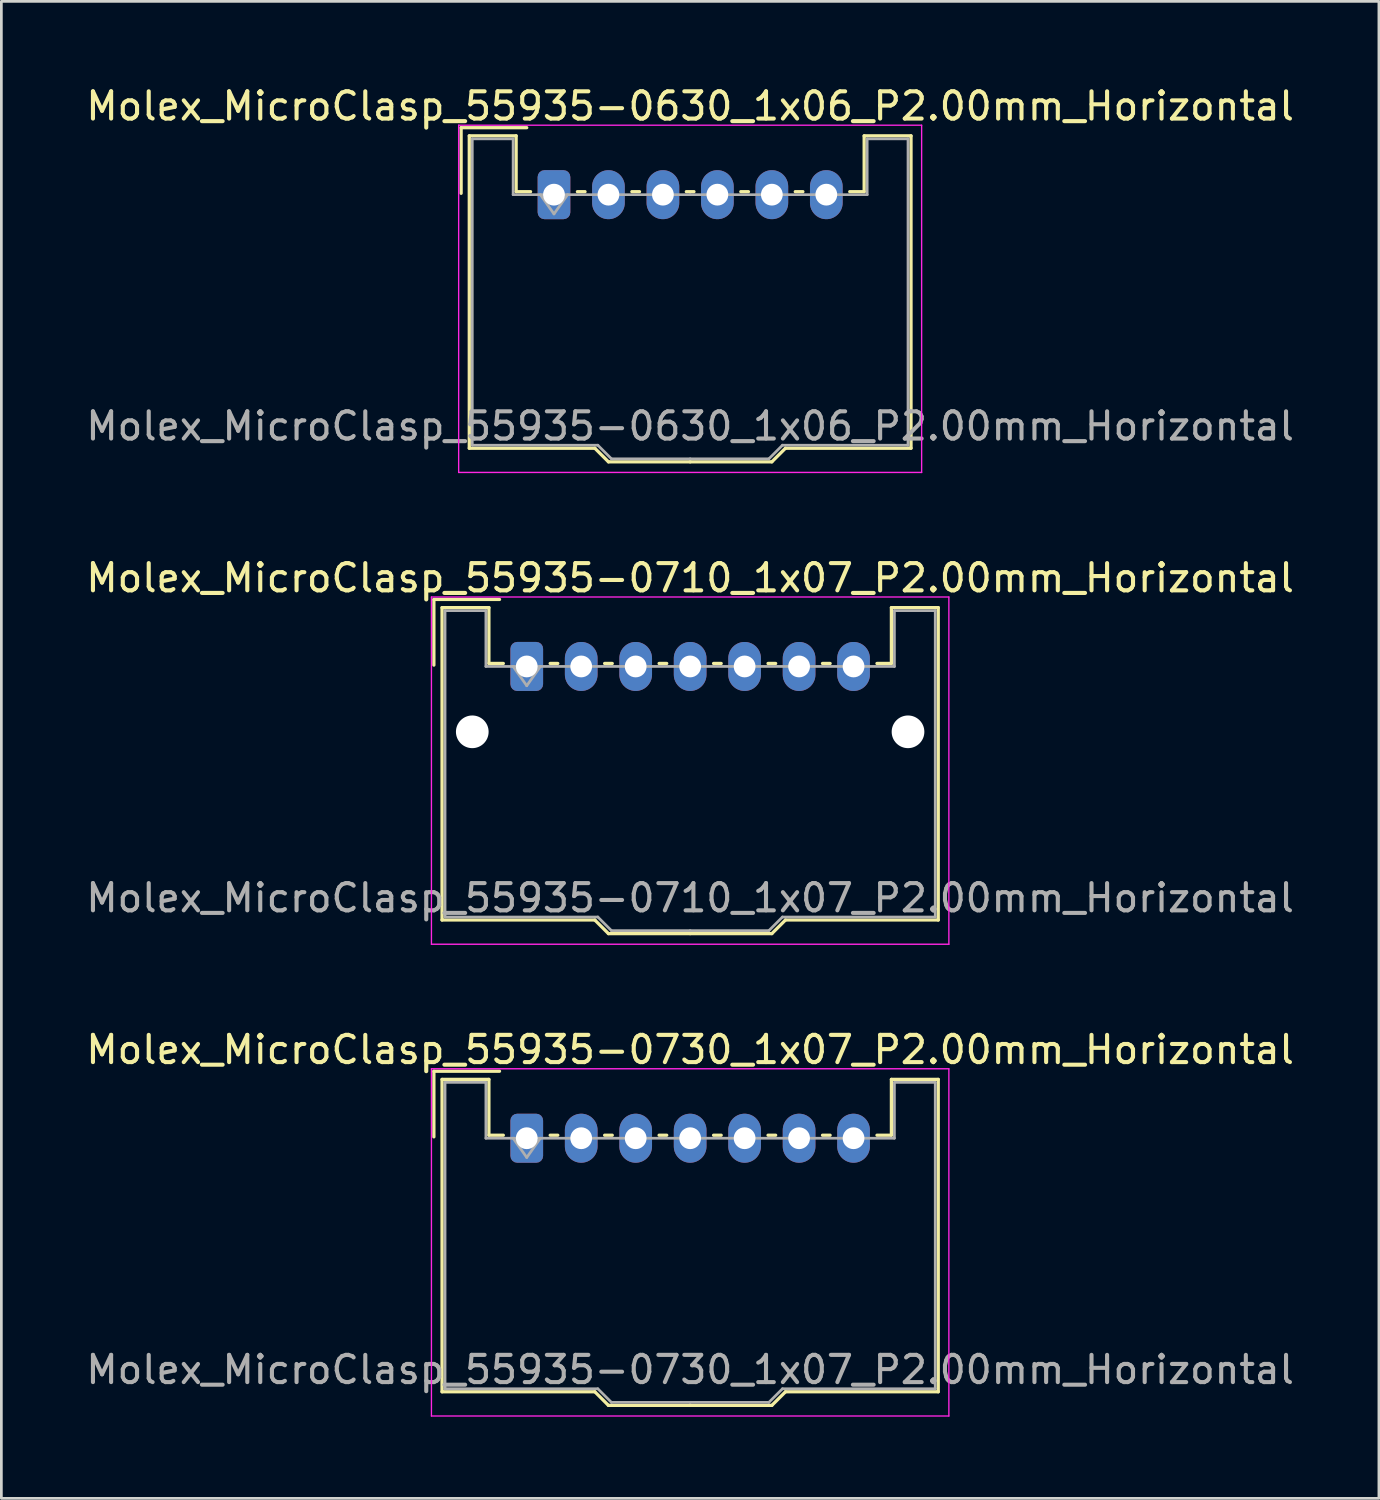
<source format=kicad_pcb>
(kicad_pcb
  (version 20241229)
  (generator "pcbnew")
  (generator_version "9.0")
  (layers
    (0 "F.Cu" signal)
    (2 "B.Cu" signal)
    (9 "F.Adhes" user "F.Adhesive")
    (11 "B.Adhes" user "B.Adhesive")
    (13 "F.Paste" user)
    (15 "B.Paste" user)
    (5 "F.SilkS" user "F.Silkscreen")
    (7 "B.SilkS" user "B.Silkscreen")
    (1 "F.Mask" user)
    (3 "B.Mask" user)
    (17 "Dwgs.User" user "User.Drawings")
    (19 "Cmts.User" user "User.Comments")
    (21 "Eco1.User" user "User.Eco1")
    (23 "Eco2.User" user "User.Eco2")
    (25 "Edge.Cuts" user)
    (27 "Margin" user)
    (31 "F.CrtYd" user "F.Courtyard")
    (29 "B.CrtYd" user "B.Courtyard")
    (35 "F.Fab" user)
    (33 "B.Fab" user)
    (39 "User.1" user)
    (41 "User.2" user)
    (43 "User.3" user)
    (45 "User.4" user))
  (footprint "Molex_MicroClasp_55935-0730_1x07_P2.00mm_Horizontal"
    (layer "F.Cu")
    (at 16.292 38.745)
    (property "Reference" "Molex_MicroClasp_55935-0730_1x07_P2.00mm_Horizontal" (at 6 -3.25 0) (layer "F.SilkS") (effects (font (size 1 1) (thickness 0.15))))
    (attr through_hole)
    (fp_line (start -3.41 -2.46) (end -1 -2.46) (stroke (width 0.12) (type solid)) (layer "F.SilkS"))
    (fp_line (start -3.41 -0.05) (end -3.41 -2.46) (stroke (width 0.12) (type solid)) (layer "F.SilkS"))
    (fp_line (start -3.11 -2.16) (end -1.39 -2.16) (stroke (width 0.12) (type solid)) (layer "F.SilkS"))
    (fp_line (start -3.11 9.31) (end -3.11 -2.16) (stroke (width 0.12) (type solid)) (layer "F.SilkS"))
    (fp_line (start -1.39 -2.16) (end -1.39 -0.11) (stroke (width 0.12) (type solid)) (layer "F.SilkS"))
    (fp_line (start -1.39 -0.11) (end -0.86 -0.11) (stroke (width 0.12) (type solid)) (layer "F.SilkS"))
    (fp_line (start 0.86 -0.11) (end 1.14 -0.11) (stroke (width 0.12) (type solid)) (layer "F.SilkS"))
    (fp_line (start 2.5 9.31) (end -3.11 9.31) (stroke (width 0.12) (type solid)) (layer "F.SilkS"))
    (fp_line (start 2.86 -0.11) (end 3.14 -0.11) (stroke (width 0.12) (type solid)) (layer "F.SilkS"))
    (fp_line (start 3 9.81) (end 2.5 9.31) (stroke (width 0.12) (type solid)) (layer "F.SilkS"))
    (fp_line (start 4.86 -0.11) (end 5.14 -0.11) (stroke (width 0.12) (type solid)) (layer "F.SilkS"))
    (fp_line (start 6 9.81) (end 3 9.81) (stroke (width 0.12) (type solid)) (layer "F.SilkS"))
    (fp_line (start 6 9.81) (end 9 9.81) (stroke (width 0.12) (type solid)) (layer "F.SilkS"))
    (fp_line (start 6.86 -0.11) (end 7.14 -0.11) (stroke (width 0.12) (type solid)) (layer "F.SilkS"))
    (fp_line (start 8.86 -0.11) (end 9.14 -0.11) (stroke (width 0.12) (type solid)) (layer "F.SilkS"))
    (fp_line (start 9 9.81) (end 9.5 9.31) (stroke (width 0.12) (type solid)) (layer "F.SilkS"))
    (fp_line (start 9.5 9.31) (end 15.11 9.31) (stroke (width 0.12) (type solid)) (layer "F.SilkS"))
    (fp_line (start 10.86 -0.11) (end 11.14 -0.11) (stroke (width 0.12) (type solid)) (layer "F.SilkS"))
    (fp_line (start 13.39 -2.16) (end 13.39 -0.11) (stroke (width 0.12) (type solid)) (layer "F.SilkS"))
    (fp_line (start 13.39 -0.11) (end 12.86 -0.11) (stroke (width 0.12) (type solid)) (layer "F.SilkS"))
    (fp_line (start 15.11 -2.16) (end 13.39 -2.16) (stroke (width 0.12) (type solid)) (layer "F.SilkS"))
    (fp_line (start 15.11 9.31) (end 15.11 -2.16) (stroke (width 0.12) (type solid)) (layer "F.SilkS"))
    (fp_line (start -3.5 -2.55) (end -3.5 10.2) (stroke (width 0.05) (type solid)) (layer "F.CrtYd"))
    (fp_line (start -3.5 10.2) (end 15.5 10.2) (stroke (width 0.05) (type solid)) (layer "F.CrtYd"))
    (fp_line (start 15.5 -2.55) (end -3.5 -2.55) (stroke (width 0.05) (type solid)) (layer "F.CrtYd"))
    (fp_line (start 15.5 10.2) (end 15.5 -2.55) (stroke (width 0.05) (type solid)) (layer "F.CrtYd"))
    (fp_line (start -3 -2.05) (end -1.5 -2.05) (stroke (width 0.1) (type solid)) (layer "F.Fab"))
    (fp_line (start -3 9.2) (end -3 -2.05) (stroke (width 0.1) (type solid)) (layer "F.Fab"))
    (fp_line (start -1.5 -2.05) (end -1.5 0) (stroke (width 0.1) (type solid)) (layer "F.Fab"))
    (fp_line (start -1.5 0) (end 6 0) (stroke (width 0.1) (type solid)) (layer "F.Fab"))
    (fp_line (start -0.5 0) (end 0 0.707) (stroke (width 0.1) (type solid)) (layer "F.Fab"))
    (fp_line (start 0 0.707) (end 0.5 0) (stroke (width 0.1) (type solid)) (layer "F.Fab"))
    (fp_line (start 2.61 9.2) (end -3 9.2) (stroke (width 0.1) (type solid)) (layer "F.Fab"))
    (fp_line (start 3.11 9.7) (end 2.61 9.2) (stroke (width 0.1) (type solid)) (layer "F.Fab"))
    (fp_line (start 6 9.7) (end 3.11 9.7) (stroke (width 0.1) (type solid)) (layer "F.Fab"))
    (fp_line (start 6 9.7) (end 8.89 9.7) (stroke (width 0.1) (type solid)) (layer "F.Fab"))
    (fp_line (start 8.89 9.7) (end 9.39 9.2) (stroke (width 0.1) (type solid)) (layer "F.Fab"))
    (fp_line (start 9.39 9.2) (end 15 9.2) (stroke (width 0.1) (type solid)) (layer "F.Fab"))
    (fp_line (start 13.5 -2.05) (end 13.5 0) (stroke (width 0.1) (type solid)) (layer "F.Fab"))
    (fp_line (start 13.5 0) (end 6 0) (stroke (width 0.1) (type solid)) (layer "F.Fab"))
    (fp_line (start 15 -2.05) (end 13.5 -2.05) (stroke (width 0.1) (type solid)) (layer "F.Fab"))
    (fp_line (start 15 9.2) (end 15 -2.05) (stroke (width 0.1) (type solid)) (layer "F.Fab"))
    (fp_text user "${REFERENCE}" (at 6 8.5 0) (layer "F.Fab") (effects (font (size 1 1) (thickness 0.15))))
    (pad "1" thru_hole roundrect (at 0 0) (size 1.2 1.8) (drill 0.8) (layers "*.Cu" "*.Mask") (roundrect_rratio 0.208))
    (pad "2" thru_hole oval (at 2 0) (size 1.2 1.8) (drill 0.8) (layers "*.Cu" "*.Mask"))
    (pad "3" thru_hole oval (at 4 0) (size 1.2 1.8) (drill 0.8) (layers "*.Cu" "*.Mask"))
    (pad "4" thru_hole oval (at 6 0) (size 1.2 1.8) (drill 0.8) (layers "*.Cu" "*.Mask"))
    (pad "5" thru_hole oval (at 8 0) (size 1.2 1.8) (drill 0.8) (layers "*.Cu" "*.Mask"))
    (pad "6" thru_hole oval (at 10 0) (size 1.2 1.8) (drill 0.8) (layers "*.Cu" "*.Mask"))
    (pad "7" thru_hole oval (at 12 0) (size 1.2 1.8) (drill 0.8) (layers "*.Cu" "*.Mask")))
  (footprint "Molex_MicroClasp_55935-0710_1x07_P2.00mm_Horizontal"
    (layer "F.Cu")
    (at 16.292 21.422)
    (property "Reference" "Molex_MicroClasp_55935-0710_1x07_P2.00mm_Horizontal" (at 6 -3.25 0) (layer "F.SilkS") (effects (font (size 1 1) (thickness 0.15))))
    (attr through_hole)
    (fp_line (start -3.41 -2.46) (end -1 -2.46) (stroke (width 0.12) (type solid)) (layer "F.SilkS"))
    (fp_line (start -3.41 -0.05) (end -3.41 -2.46) (stroke (width 0.12) (type solid)) (layer "F.SilkS"))
    (fp_line (start -3.11 -2.16) (end -1.39 -2.16) (stroke (width 0.12) (type solid)) (layer "F.SilkS"))
    (fp_line (start -3.11 9.31) (end -3.11 -2.16) (stroke (width 0.12) (type solid)) (layer "F.SilkS"))
    (fp_line (start -1.39 -2.16) (end -1.39 -0.11) (stroke (width 0.12) (type solid)) (layer "F.SilkS"))
    (fp_line (start -1.39 -0.11) (end -0.86 -0.11) (stroke (width 0.12) (type solid)) (layer "F.SilkS"))
    (fp_line (start 0.86 -0.11) (end 1.14 -0.11) (stroke (width 0.12) (type solid)) (layer "F.SilkS"))
    (fp_line (start 2.5 9.31) (end -3.11 9.31) (stroke (width 0.12) (type solid)) (layer "F.SilkS"))
    (fp_line (start 2.86 -0.11) (end 3.14 -0.11) (stroke (width 0.12) (type solid)) (layer "F.SilkS"))
    (fp_line (start 3 9.81) (end 2.5 9.31) (stroke (width 0.12) (type solid)) (layer "F.SilkS"))
    (fp_line (start 4.86 -0.11) (end 5.14 -0.11) (stroke (width 0.12) (type solid)) (layer "F.SilkS"))
    (fp_line (start 6 9.81) (end 3 9.81) (stroke (width 0.12) (type solid)) (layer "F.SilkS"))
    (fp_line (start 6 9.81) (end 9 9.81) (stroke (width 0.12) (type solid)) (layer "F.SilkS"))
    (fp_line (start 6.86 -0.11) (end 7.14 -0.11) (stroke (width 0.12) (type solid)) (layer "F.SilkS"))
    (fp_line (start 8.86 -0.11) (end 9.14 -0.11) (stroke (width 0.12) (type solid)) (layer "F.SilkS"))
    (fp_line (start 9 9.81) (end 9.5 9.31) (stroke (width 0.12) (type solid)) (layer "F.SilkS"))
    (fp_line (start 9.5 9.31) (end 15.11 9.31) (stroke (width 0.12) (type solid)) (layer "F.SilkS"))
    (fp_line (start 10.86 -0.11) (end 11.14 -0.11) (stroke (width 0.12) (type solid)) (layer "F.SilkS"))
    (fp_line (start 13.39 -2.16) (end 13.39 -0.11) (stroke (width 0.12) (type solid)) (layer "F.SilkS"))
    (fp_line (start 13.39 -0.11) (end 12.86 -0.11) (stroke (width 0.12) (type solid)) (layer "F.SilkS"))
    (fp_line (start 15.11 -2.16) (end 13.39 -2.16) (stroke (width 0.12) (type solid)) (layer "F.SilkS"))
    (fp_line (start 15.11 9.31) (end 15.11 -2.16) (stroke (width 0.12) (type solid)) (layer "F.SilkS"))
    (fp_line (start -3.5 -2.55) (end -3.5 10.2) (stroke (width 0.05) (type solid)) (layer "F.CrtYd"))
    (fp_line (start -3.5 10.2) (end 15.5 10.2) (stroke (width 0.05) (type solid)) (layer "F.CrtYd"))
    (fp_line (start 15.5 -2.55) (end -3.5 -2.55) (stroke (width 0.05) (type solid)) (layer "F.CrtYd"))
    (fp_line (start 15.5 10.2) (end 15.5 -2.55) (stroke (width 0.05) (type solid)) (layer "F.CrtYd"))
    (fp_line (start -3 -2.05) (end -1.5 -2.05) (stroke (width 0.1) (type solid)) (layer "F.Fab"))
    (fp_line (start -3 9.2) (end -3 -2.05) (stroke (width 0.1) (type solid)) (layer "F.Fab"))
    (fp_line (start -1.5 -2.05) (end -1.5 0) (stroke (width 0.1) (type solid)) (layer "F.Fab"))
    (fp_line (start -1.5 0) (end 6 0) (stroke (width 0.1) (type solid)) (layer "F.Fab"))
    (fp_line (start -0.5 0) (end 0 0.707) (stroke (width 0.1) (type solid)) (layer "F.Fab"))
    (fp_line (start 0 0.707) (end 0.5 0) (stroke (width 0.1) (type solid)) (layer "F.Fab"))
    (fp_line (start 2.61 9.2) (end -3 9.2) (stroke (width 0.1) (type solid)) (layer "F.Fab"))
    (fp_line (start 3.11 9.7) (end 2.61 9.2) (stroke (width 0.1) (type solid)) (layer "F.Fab"))
    (fp_line (start 6 9.7) (end 3.11 9.7) (stroke (width 0.1) (type solid)) (layer "F.Fab"))
    (fp_line (start 6 9.7) (end 8.89 9.7) (stroke (width 0.1) (type solid)) (layer "F.Fab"))
    (fp_line (start 8.89 9.7) (end 9.39 9.2) (stroke (width 0.1) (type solid)) (layer "F.Fab"))
    (fp_line (start 9.39 9.2) (end 15 9.2) (stroke (width 0.1) (type solid)) (layer "F.Fab"))
    (fp_line (start 13.5 -2.05) (end 13.5 0) (stroke (width 0.1) (type solid)) (layer "F.Fab"))
    (fp_line (start 13.5 0) (end 6 0) (stroke (width 0.1) (type solid)) (layer "F.Fab"))
    (fp_line (start 15 -2.05) (end 13.5 -2.05) (stroke (width 0.1) (type solid)) (layer "F.Fab"))
    (fp_line (start 15 9.2) (end 15 -2.05) (stroke (width 0.1) (type solid)) (layer "F.Fab"))
    (fp_text user "${REFERENCE}" (at 6 8.5 0) (layer "F.Fab") (effects (font (size 1 1) (thickness 0.15))))
    (pad "" np_thru_hole circle (at -2 2.4) (size 1.2 1.2) (drill 1.2) (layers "*.Cu" "*.Mask"))
    (pad "" np_thru_hole circle (at 14 2.4) (size 1.2 1.2) (drill 1.2) (layers "*.Cu" "*.Mask"))
    (pad "1" thru_hole roundrect (at 0 0) (size 1.2 1.8) (drill 0.8) (layers "*.Cu" "*.Mask") (roundrect_rratio 0.208))
    (pad "2" thru_hole oval (at 2 0) (size 1.2 1.8) (drill 0.8) (layers "*.Cu" "*.Mask"))
    (pad "3" thru_hole oval (at 4 0) (size 1.2 1.8) (drill 0.8) (layers "*.Cu" "*.Mask"))
    (pad "4" thru_hole oval (at 6 0) (size 1.2 1.8) (drill 0.8) (layers "*.Cu" "*.Mask"))
    (pad "5" thru_hole oval (at 8 0) (size 1.2 1.8) (drill 0.8) (layers "*.Cu" "*.Mask"))
    (pad "6" thru_hole oval (at 10 0) (size 1.2 1.8) (drill 0.8) (layers "*.Cu" "*.Mask"))
    (pad "7" thru_hole oval (at 12 0) (size 1.2 1.8) (drill 0.8) (layers "*.Cu" "*.Mask")))
  (footprint "Molex_MicroClasp_55935-0630_1x06_P2.00mm_Horizontal"
    (layer "F.Cu")
    (at 17.292 4.098)
    (property "Reference" "Molex_MicroClasp_55935-0630_1x06_P2.00mm_Horizontal" (at 5 -3.25 0) (layer "F.SilkS") (effects (font (size 1 1) (thickness 0.15))))
    (attr through_hole)
    (fp_line (start -3.41 -2.46) (end -1 -2.46) (stroke (width 0.12) (type solid)) (layer "F.SilkS"))
    (fp_line (start -3.41 -0.05) (end -3.41 -2.46) (stroke (width 0.12) (type solid)) (layer "F.SilkS"))
    (fp_line (start -3.11 -2.16) (end -1.39 -2.16) (stroke (width 0.12) (type solid)) (layer "F.SilkS"))
    (fp_line (start -3.11 9.31) (end -3.11 -2.16) (stroke (width 0.12) (type solid)) (layer "F.SilkS"))
    (fp_line (start -1.39 -2.16) (end -1.39 -0.11) (stroke (width 0.12) (type solid)) (layer "F.SilkS"))
    (fp_line (start -1.39 -0.11) (end -0.86 -0.11) (stroke (width 0.12) (type solid)) (layer "F.SilkS"))
    (fp_line (start 0.86 -0.11) (end 1.14 -0.11) (stroke (width 0.12) (type solid)) (layer "F.SilkS"))
    (fp_line (start 1.5 9.31) (end -3.11 9.31) (stroke (width 0.12) (type solid)) (layer "F.SilkS"))
    (fp_line (start 2 9.81) (end 1.5 9.31) (stroke (width 0.12) (type solid)) (layer "F.SilkS"))
    (fp_line (start 2.86 -0.11) (end 3.14 -0.11) (stroke (width 0.12) (type solid)) (layer "F.SilkS"))
    (fp_line (start 4.86 -0.11) (end 5.14 -0.11) (stroke (width 0.12) (type solid)) (layer "F.SilkS"))
    (fp_line (start 5 9.81) (end 2 9.81) (stroke (width 0.12) (type solid)) (layer "F.SilkS"))
    (fp_line (start 5 9.81) (end 8 9.81) (stroke (width 0.12) (type solid)) (layer "F.SilkS"))
    (fp_line (start 6.86 -0.11) (end 7.14 -0.11) (stroke (width 0.12) (type solid)) (layer "F.SilkS"))
    (fp_line (start 8 9.81) (end 8.5 9.31) (stroke (width 0.12) (type solid)) (layer "F.SilkS"))
    (fp_line (start 8.5 9.31) (end 13.11 9.31) (stroke (width 0.12) (type solid)) (layer "F.SilkS"))
    (fp_line (start 8.86 -0.11) (end 9.14 -0.11) (stroke (width 0.12) (type solid)) (layer "F.SilkS"))
    (fp_line (start 11.39 -2.16) (end 11.39 -0.11) (stroke (width 0.12) (type solid)) (layer "F.SilkS"))
    (fp_line (start 11.39 -0.11) (end 10.86 -0.11) (stroke (width 0.12) (type solid)) (layer "F.SilkS"))
    (fp_line (start 13.11 -2.16) (end 11.39 -2.16) (stroke (width 0.12) (type solid)) (layer "F.SilkS"))
    (fp_line (start 13.11 9.31) (end 13.11 -2.16) (stroke (width 0.12) (type solid)) (layer "F.SilkS"))
    (fp_line (start -3.5 -2.55) (end -3.5 10.2) (stroke (width 0.05) (type solid)) (layer "F.CrtYd"))
    (fp_line (start -3.5 10.2) (end 13.5 10.2) (stroke (width 0.05) (type solid)) (layer "F.CrtYd"))
    (fp_line (start 13.5 -2.55) (end -3.5 -2.55) (stroke (width 0.05) (type solid)) (layer "F.CrtYd"))
    (fp_line (start 13.5 10.2) (end 13.5 -2.55) (stroke (width 0.05) (type solid)) (layer "F.CrtYd"))
    (fp_line (start -3 -2.05) (end -1.5 -2.05) (stroke (width 0.1) (type solid)) (layer "F.Fab"))
    (fp_line (start -3 9.2) (end -3 -2.05) (stroke (width 0.1) (type solid)) (layer "F.Fab"))
    (fp_line (start -1.5 -2.05) (end -1.5 0) (stroke (width 0.1) (type solid)) (layer "F.Fab"))
    (fp_line (start -1.5 0) (end 5 0) (stroke (width 0.1) (type solid)) (layer "F.Fab"))
    (fp_line (start -0.5 0) (end 0 0.707) (stroke (width 0.1) (type solid)) (layer "F.Fab"))
    (fp_line (start 0 0.707) (end 0.5 0) (stroke (width 0.1) (type solid)) (layer "F.Fab"))
    (fp_line (start 1.61 9.2) (end -3 9.2) (stroke (width 0.1) (type solid)) (layer "F.Fab"))
    (fp_line (start 2.11 9.7) (end 1.61 9.2) (stroke (width 0.1) (type solid)) (layer "F.Fab"))
    (fp_line (start 5 9.7) (end 2.11 9.7) (stroke (width 0.1) (type solid)) (layer "F.Fab"))
    (fp_line (start 5 9.7) (end 7.89 9.7) (stroke (width 0.1) (type solid)) (layer "F.Fab"))
    (fp_line (start 7.89 9.7) (end 8.39 9.2) (stroke (width 0.1) (type solid)) (layer "F.Fab"))
    (fp_line (start 8.39 9.2) (end 13 9.2) (stroke (width 0.1) (type solid)) (layer "F.Fab"))
    (fp_line (start 11.5 -2.05) (end 11.5 0) (stroke (width 0.1) (type solid)) (layer "F.Fab"))
    (fp_line (start 11.5 0) (end 5 0) (stroke (width 0.1) (type solid)) (layer "F.Fab"))
    (fp_line (start 13 -2.05) (end 11.5 -2.05) (stroke (width 0.1) (type solid)) (layer "F.Fab"))
    (fp_line (start 13 9.2) (end 13 -2.05) (stroke (width 0.1) (type solid)) (layer "F.Fab"))
    (fp_text user "${REFERENCE}" (at 5 8.5 0) (layer "F.Fab") (effects (font (size 1 1) (thickness 0.15))))
    (pad "1" thru_hole roundrect (at 0 0) (size 1.2 1.8) (drill 0.8) (layers "*.Cu" "*.Mask") (roundrect_rratio 0.208))
    (pad "2" thru_hole oval (at 2 0) (size 1.2 1.8) (drill 0.8) (layers "*.Cu" "*.Mask"))
    (pad "3" thru_hole oval (at 4 0) (size 1.2 1.8) (drill 0.8) (layers "*.Cu" "*.Mask"))
    (pad "4" thru_hole oval (at 6 0) (size 1.2 1.8) (drill 0.8) (layers "*.Cu" "*.Mask"))
    (pad "5" thru_hole oval (at 8 0) (size 1.2 1.8) (drill 0.8) (layers "*.Cu" "*.Mask"))
    (pad "6" thru_hole oval (at 10 0) (size 1.2 1.8) (drill 0.8) (layers "*.Cu" "*.Mask")))
  (gr_rect
    (start -3 -3)
    (end 47.583 51.97)
    (stroke (width 0.1) (type default))
    (fill no)
    (layer "Edge.Cuts")))
</source>
